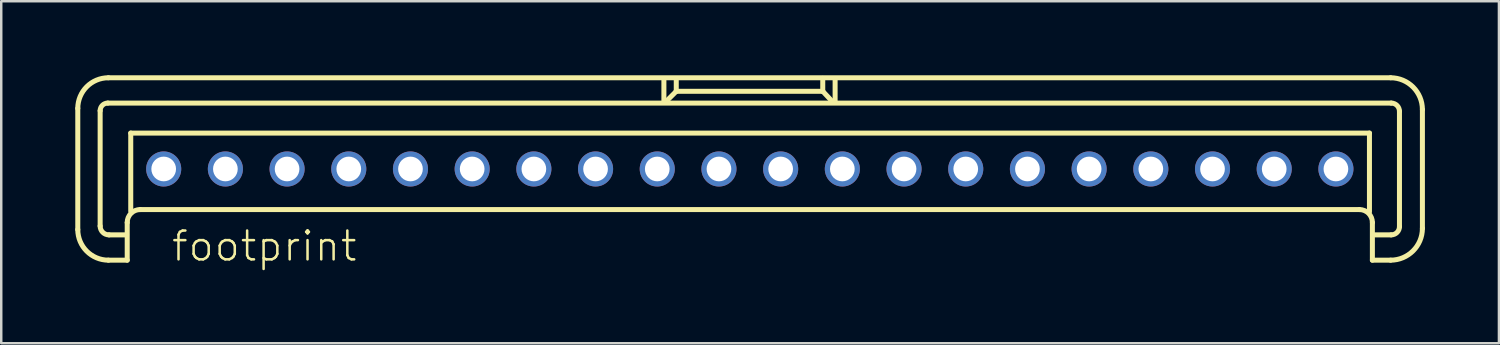
<source format=kicad_pcb>
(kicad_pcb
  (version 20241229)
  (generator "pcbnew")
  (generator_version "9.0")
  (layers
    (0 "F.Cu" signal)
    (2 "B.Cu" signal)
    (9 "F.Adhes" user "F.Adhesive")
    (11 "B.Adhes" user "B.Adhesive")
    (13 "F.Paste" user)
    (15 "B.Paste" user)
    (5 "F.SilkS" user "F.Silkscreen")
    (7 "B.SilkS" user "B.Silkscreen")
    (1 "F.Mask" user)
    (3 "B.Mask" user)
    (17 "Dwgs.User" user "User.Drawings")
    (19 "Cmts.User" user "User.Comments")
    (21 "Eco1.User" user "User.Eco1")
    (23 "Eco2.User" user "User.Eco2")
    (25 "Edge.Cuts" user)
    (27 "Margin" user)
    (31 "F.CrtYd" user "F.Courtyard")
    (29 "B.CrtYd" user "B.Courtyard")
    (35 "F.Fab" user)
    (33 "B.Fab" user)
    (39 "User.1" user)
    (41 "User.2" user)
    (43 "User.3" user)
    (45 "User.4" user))
  (footprint "footprint"
    (layer "F.Cu")
    (at 27.333 3.797)
    (property "Reference" "footprint" (at -23.495 3.81 0) (layer "F.SilkS") (effects (font (size 1.168 1.168) (thickness 0.102)) (justify left bottom)))
    (fp_line (start -27.231 2.456) (end -27.231 -2.456) (stroke (width 0.203) (type solid)) (layer "F.SilkS"))
    (fp_line (start -26.325 2.313) (end -26.325 -2.361) (stroke (width 0.203) (type solid)) (layer "F.SilkS"))
    (fp_line (start -26.015 -2.67) (end 25.991 -2.67) (stroke (width 0.203) (type solid)) (layer "F.SilkS"))
    (fp_line (start -25.991 -3.696) (end 25.967 -3.696) (stroke (width 0.203) (type solid)) (layer "F.SilkS"))
    (fp_line (start -25.252 2.67) (end -25.967 2.67) (stroke (width 0.203) (type solid)) (layer "F.SilkS"))
    (fp_line (start -25.228 2.17) (end -25.228 3.695) (stroke (width 0.203) (type solid)) (layer "F.SilkS"))
    (fp_line (start -25.228 3.695) (end -25.991 3.695) (stroke (width 0.203) (type solid)) (layer "F.SilkS"))
    (fp_line (start -25.085 -1.454) (end 25.109 -1.454) (stroke (width 0.203) (type solid)) (layer "F.SilkS"))
    (fp_line (start -25.085 1.716) (end -25.085 -1.454) (stroke (width 0.203) (type solid)) (layer "F.SilkS"))
    (fp_line (start -3.481 -3.648) (end -3.481 -2.742) (stroke (width 0.203) (type solid)) (layer "F.SilkS"))
    (fp_line (start -3.004 -3.123) (end -3.386 -2.742) (stroke (width 0.203) (type solid)) (layer "F.SilkS"))
    (fp_line (start -2.98 -3.147) (end -2.98 -3.624) (stroke (width 0.203) (type solid)) (layer "F.SilkS"))
    (fp_line (start 2.956 -3.672) (end 2.956 -3.147) (stroke (width 0.203) (type solid)) (layer "F.SilkS"))
    (fp_line (start 2.956 -3.147) (end -2.98 -3.147) (stroke (width 0.203) (type solid)) (layer "F.SilkS"))
    (fp_line (start 2.98 -3.123) (end 3.314 -2.766) (stroke (width 0.203) (type solid)) (layer "F.SilkS"))
    (fp_line (start 3.457 -3.624) (end 3.457 -2.742) (stroke (width 0.203) (type solid)) (layer "F.SilkS"))
    (fp_line (start 24.704 1.645) (end -24.704 1.645) (stroke (width 0.203) (type solid)) (layer "F.SilkS"))
    (fp_line (start 25.109 -1.454) (end 25.109 1.74) (stroke (width 0.203) (type solid)) (layer "F.SilkS"))
    (fp_line (start 25.228 3.695) (end 25.228 2.17) (stroke (width 0.203) (type solid)) (layer "F.SilkS"))
    (fp_line (start 25.967 3.695) (end 25.228 3.695) (stroke (width 0.203) (type solid)) (layer "F.SilkS"))
    (fp_line (start 25.991 2.67) (end 25.323 2.67) (stroke (width 0.203) (type solid)) (layer "F.SilkS"))
    (fp_line (start 26.325 -2.337) (end 26.325 2.336) (stroke (width 0.203) (type solid)) (layer "F.SilkS"))
    (fp_line (start 27.255 -2.408) (end 27.255 2.408) (stroke (width 0.203) (type solid)) (layer "F.SilkS"))
    (fp_arc (start -27.231 -2.4558) (mid -26.867871 -3.332471) (end -25.9912 -3.6956) (stroke (width 0.2032) (type solid)) (layer "F.SilkS"))
    (fp_arc (start -26.325 -2.3605) (mid -26.234232 -2.579632) (end -26.0151 -2.6704) (stroke (width 0.2032) (type solid)) (layer "F.SilkS"))
    (fp_arc (start -25.9912 3.6954) (mid -26.867871 3.332271) (end -27.231 2.4556) (stroke (width 0.2032) (type solid)) (layer "F.SilkS"))
    (fp_arc (start -25.9674 2.6702) (mid -26.220261 2.565461) (end -26.325 2.3126) (stroke (width 0.2032) (type solid)) (layer "F.SilkS"))
    (fp_arc (start -25.2283 2.1695) (mid -25.074678 1.798622) (end -24.7038 1.645) (stroke (width 0.2032) (type solid)) (layer "F.SilkS"))
    (fp_arc (start 24.7036 1.645) (mid 25.074478 1.798622) (end 25.2281 2.1695) (stroke (width 0.2032) (type solid)) (layer "F.SilkS"))
    (fp_arc (start 25.9672 -3.6956) (mid 26.8776 -3.3185) (end 27.2547 -2.4081) (stroke (width 0.2032) (type solid)) (layer "F.SilkS"))
    (fp_arc (start 25.9911 -2.6704) (mid 26.227132 -2.572632) (end 26.3249 -2.3366) (stroke (width 0.2032) (type solid)) (layer "F.SilkS"))
    (fp_arc (start 26.3249 2.3364) (mid 26.227132 2.572432) (end 25.9911 2.6702) (stroke (width 0.2032) (type solid)) (layer "F.SilkS"))
    (fp_arc (start 27.2547 2.4079) (mid 26.8776 3.3183) (end 25.9672 3.6954) (stroke (width 0.2032) (type solid)) (layer "F.SilkS"))
    (pad "1" thru_hole circle (at -23.75 0) (size 1.422 1.422) (drill 1) (layers "*.Cu" "*.Mask"))
    (pad "2" thru_hole circle (at -21.25 0) (size 1.422 1.422) (drill 1) (layers "*.Cu" "*.Mask"))
    (pad "3" thru_hole circle (at -18.75 0) (size 1.422 1.422) (drill 1) (layers "*.Cu" "*.Mask"))
    (pad "4" thru_hole circle (at -16.25 0) (size 1.422 1.422) (drill 1) (layers "*.Cu" "*.Mask"))
    (pad "5" thru_hole circle (at -13.75 0) (size 1.422 1.422) (drill 1) (layers "*.Cu" "*.Mask"))
    (pad "6" thru_hole circle (at -11.25 0) (size 1.422 1.422) (drill 1) (layers "*.Cu" "*.Mask"))
    (pad "7" thru_hole circle (at -8.75 0) (size 1.422 1.422) (drill 1) (layers "*.Cu" "*.Mask"))
    (pad "8" thru_hole circle (at -6.25 0) (size 1.422 1.422) (drill 1) (layers "*.Cu" "*.Mask"))
    (pad "9" thru_hole circle (at -3.75 0) (size 1.422 1.422) (drill 1) (layers "*.Cu" "*.Mask"))
    (pad "10" thru_hole circle (at -1.25 0) (size 1.422 1.422) (drill 1) (layers "*.Cu" "*.Mask"))
    (pad "11" thru_hole circle (at 1.25 0) (size 1.422 1.422) (drill 1) (layers "*.Cu" "*.Mask"))
    (pad "12" thru_hole circle (at 3.75 0) (size 1.422 1.422) (drill 1) (layers "*.Cu" "*.Mask"))
    (pad "13" thru_hole circle (at 6.25 0) (size 1.422 1.422) (drill 1) (layers "*.Cu" "*.Mask"))
    (pad "14" thru_hole circle (at 8.75 0) (size 1.422 1.422) (drill 1) (layers "*.Cu" "*.Mask"))
    (pad "15" thru_hole circle (at 11.25 0) (size 1.422 1.422) (drill 1) (layers "*.Cu" "*.Mask"))
    (pad "16" thru_hole circle (at 13.75 0) (size 1.422 1.422) (drill 1) (layers "*.Cu" "*.Mask"))
    (pad "17" thru_hole circle (at 16.25 0) (size 1.422 1.422) (drill 1) (layers "*.Cu" "*.Mask"))
    (pad "18" thru_hole circle (at 18.75 0) (size 1.422 1.422) (drill 1) (layers "*.Cu" "*.Mask"))
    (pad "19" thru_hole circle (at 21.25 0) (size 1.422 1.422) (drill 1) (layers "*.Cu" "*.Mask"))
    (pad "20" thru_hole circle (at 23.75 0) (size 1.422 1.422) (drill 1) (layers "*.Cu" "*.Mask")))
  (gr_rect
    (start -3 -3)
    (end 57.689 10.858)
    (stroke (width 0.1) (type default))
    (fill no)
    (layer "Edge.Cuts")))
</source>
